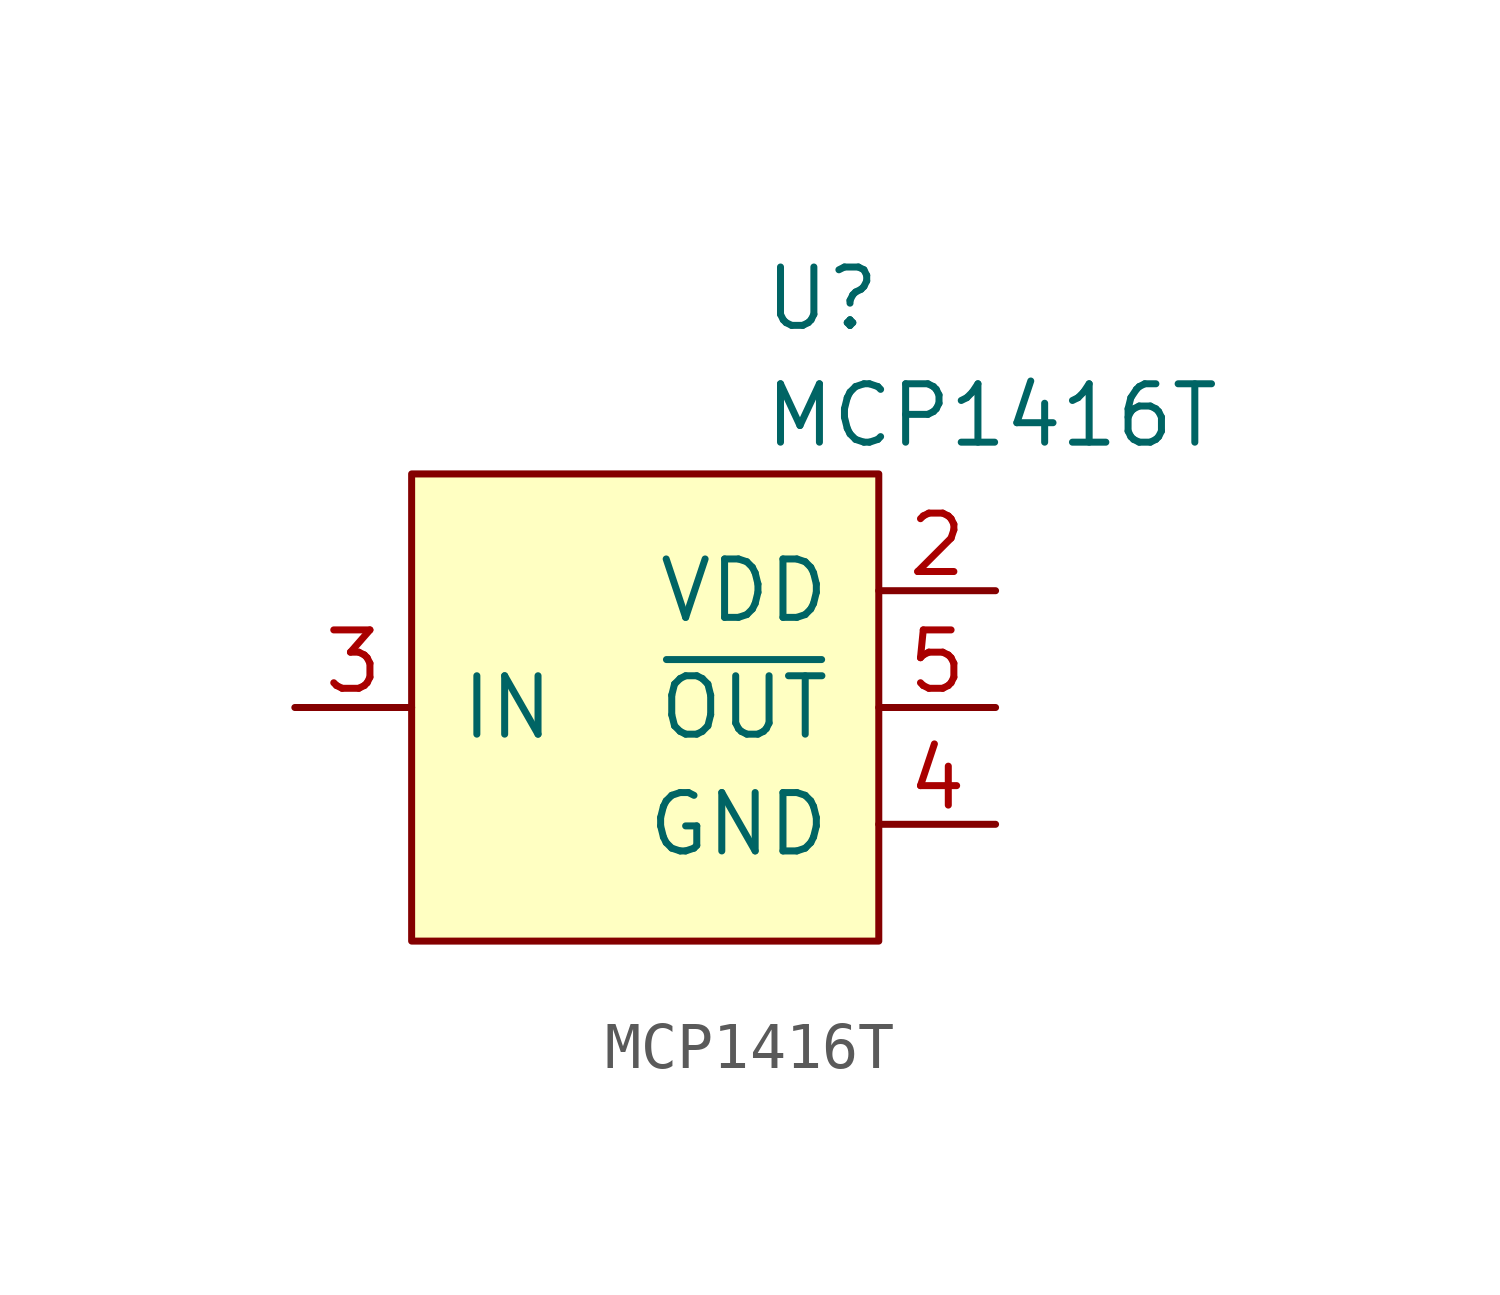
<source format=kicad_sym>
(kicad_symbol_lib
  (version 20220914)
  (generator kicad_symbol_editor)
  (symbol "MCP1416T"
    (pin_names
      (offset 1.016))
    (property "Reference" "U"
      (at 2.54 8.89 0)
      (effects (font (size 1.27 1.27)) (justify left)))
    (property "Value" "MCP1416T"
      (at 2.54 6.35 0)
      (effects (font (size 1.27 1.27)) (justify left)))
    (symbol "MCP1416T_0_1"
      (rectangle (start -5.08 5.08) (end 5.08 -5.08) (stroke (width 0) (type default)) (fill (type background))))
    (symbol "MCP1416T_1_1"
      (pin no_connect line (at -7.62 2.54 0) (length 2.54) hide (name "NC" (effects (font (size 1.27 1.27)))) (number "1" (effects (font (size 1.27 1.27)))))
      (pin power_in line (at 7.62 2.54 180) (length 2.54) (name "VDD" (effects (font (size 1.27 1.27)))) (number "2" (effects (font (size 1.27 1.27)))))
      (pin input line (at -7.62 0 0) (length 2.54) (name "IN" (effects (font (size 1.27 1.27)))) (number "3" (effects (font (size 1.27 1.27)))))
      (pin power_in line (at 7.62 -2.54 180) (length 2.54) (name "GND" (effects (font (size 1.27 1.27)))) (number "4" (effects (font (size 1.27 1.27)))))
      (pin output line (at 7.62 0 180) (length 2.54) (name "~{OUT}" (effects (font (size 1.27 1.27)))) (number "5" (effects (font (size 1.27 1.27))))))))
</source>
